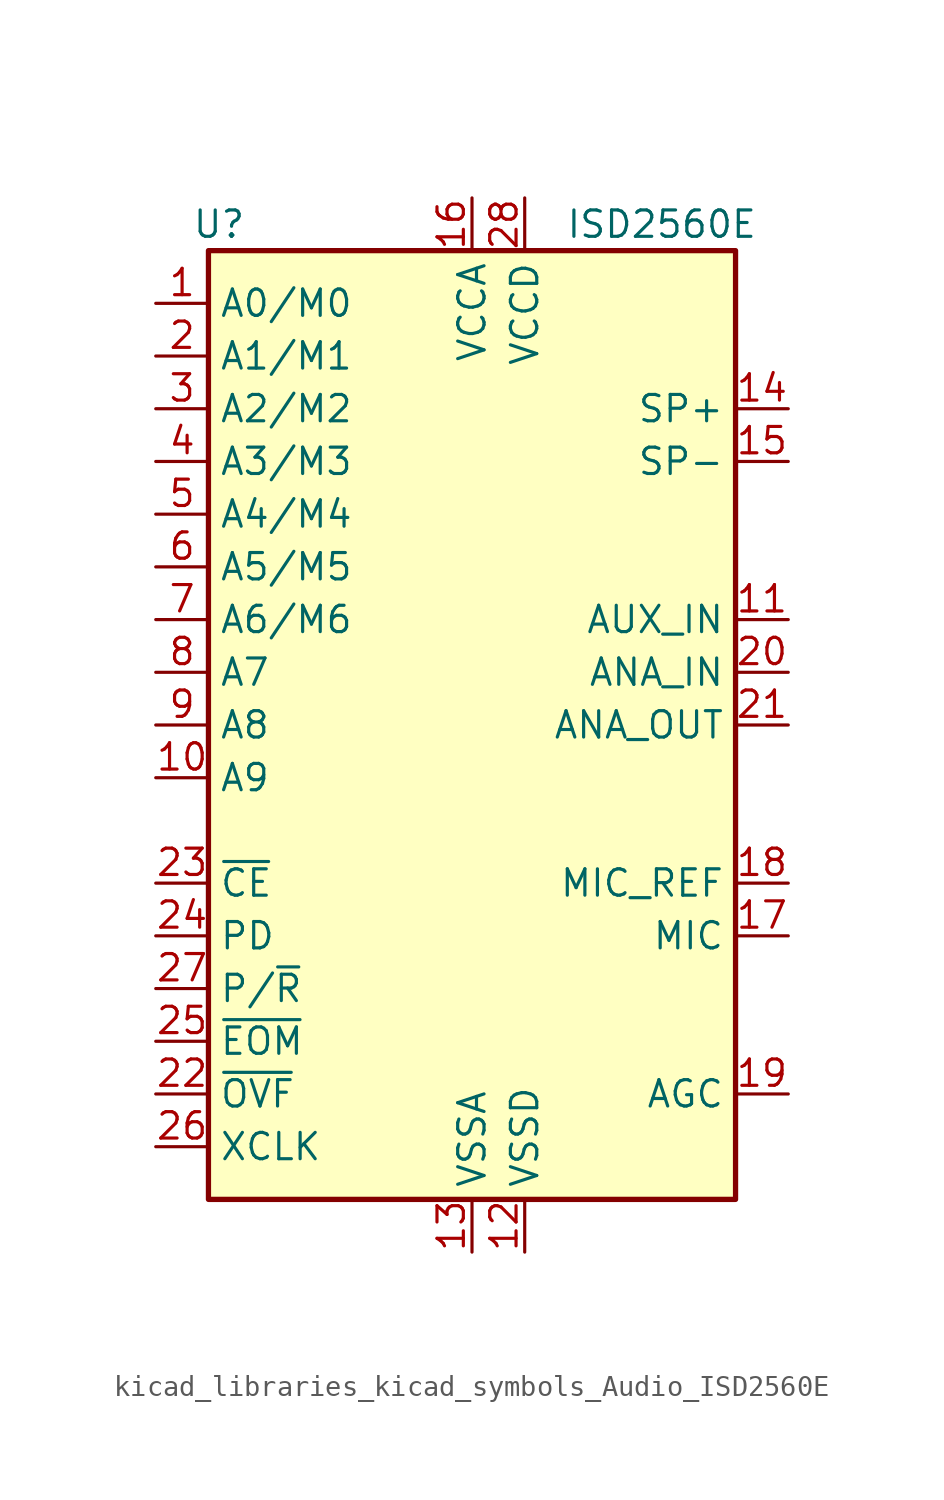
<source format=kicad_sym>
(kicad_symbol_lib
  (version 20220914)
  (generator kicad_symbol_editor)
  (symbol "kicad_libraries_kicad_symbols_Audio_ISD2560E"
    (property "Reference" "U"
      (at -12.192 24.13 0)
      (effects (font (size 1.27 1.27))))
    (property "Value" "ISD2560E"
      (at 9.144 24.13 0)
      (effects (font (size 1.27 1.27))))
    (symbol "kicad_libraries_kicad_symbols_Audio_ISD2560E_0_1"
      (rectangle (start -12.7 22.86) (end 12.7 -22.86) (stroke (width 0.254) (type default)) (fill (type background))))
    (symbol "kicad_libraries_kicad_symbols_Audio_ISD2560E_1_1"
      (pin input line (at -15.24 20.32 0) (length 2.54) (name "A0/M0" (effects (font (size 1.27 1.27)))) (number "1" (effects (font (size 1.27 1.27)))))
      (pin input line (at -15.24 -2.54 0) (length 2.54) (name "A9" (effects (font (size 1.27 1.27)))) (number "10" (effects (font (size 1.27 1.27)))))
      (pin input line (at 15.24 5.08 180) (length 2.54) (name "AUX_IN" (effects (font (size 1.27 1.27)))) (number "11" (effects (font (size 1.27 1.27)))))
      (pin power_in line (at 2.54 -25.4 90) (length 2.54) (name "VSSD" (effects (font (size 1.27 1.27)))) (number "12" (effects (font (size 1.27 1.27)))))
      (pin power_in line (at 0 -25.4 90) (length 2.54) (name "VSSA" (effects (font (size 1.27 1.27)))) (number "13" (effects (font (size 1.27 1.27)))))
      (pin output line (at 15.24 15.24 180) (length 2.54) (name "SP+" (effects (font (size 1.27 1.27)))) (number "14" (effects (font (size 1.27 1.27)))))
      (pin output line (at 15.24 12.7 180) (length 2.54) (name "SP-" (effects (font (size 1.27 1.27)))) (number "15" (effects (font (size 1.27 1.27)))))
      (pin power_in line (at 0 25.4 270) (length 2.54) (name "VCCA" (effects (font (size 1.27 1.27)))) (number "16" (effects (font (size 1.27 1.27)))))
      (pin input line (at 15.24 -10.16 180) (length 2.54) (name "MIC" (effects (font (size 1.27 1.27)))) (number "17" (effects (font (size 1.27 1.27)))))
      (pin passive line (at 15.24 -7.62 180) (length 2.54) (name "MIC_REF" (effects (font (size 1.27 1.27)))) (number "18" (effects (font (size 1.27 1.27)))))
      (pin passive line (at 15.24 -17.78 180) (length 2.54) (name "AGC" (effects (font (size 1.27 1.27)))) (number "19" (effects (font (size 1.27 1.27)))))
      (pin input line (at -15.24 17.78 0) (length 2.54) (name "A1/M1" (effects (font (size 1.27 1.27)))) (number "2" (effects (font (size 1.27 1.27)))))
      (pin input line (at 15.24 2.54 180) (length 2.54) (name "ANA_IN" (effects (font (size 1.27 1.27)))) (number "20" (effects (font (size 1.27 1.27)))))
      (pin output line (at 15.24 0 180) (length 2.54) (name "ANA_OUT" (effects (font (size 1.27 1.27)))) (number "21" (effects (font (size 1.27 1.27)))))
      (pin output line (at -15.24 -17.78 0) (length 2.54) (name "~{OVF}" (effects (font (size 1.27 1.27)))) (number "22" (effects (font (size 1.27 1.27)))))
      (pin input line (at -15.24 -7.62 0) (length 2.54) (name "~{CE}" (effects (font (size 1.27 1.27)))) (number "23" (effects (font (size 1.27 1.27)))))
      (pin input line (at -15.24 -10.16 0) (length 2.54) (name "PD" (effects (font (size 1.27 1.27)))) (number "24" (effects (font (size 1.27 1.27)))))
      (pin output line (at -15.24 -15.24 0) (length 2.54) (name "~{EOM}" (effects (font (size 1.27 1.27)))) (number "25" (effects (font (size 1.27 1.27)))))
      (pin input line (at -15.24 -20.32 0) (length 2.54) (name "XCLK" (effects (font (size 1.27 1.27)))) (number "26" (effects (font (size 1.27 1.27)))))
      (pin input line (at -15.24 -12.7 0) (length 2.54) (name "P/~{R}" (effects (font (size 1.27 1.27)))) (number "27" (effects (font (size 1.27 1.27)))))
      (pin power_in line (at 2.54 25.4 270) (length 2.54) (name "VCCD" (effects (font (size 1.27 1.27)))) (number "28" (effects (font (size 1.27 1.27)))))
      (pin input line (at -15.24 15.24 0) (length 2.54) (name "A2/M2" (effects (font (size 1.27 1.27)))) (number "3" (effects (font (size 1.27 1.27)))))
      (pin input line (at -15.24 12.7 0) (length 2.54) (name "A3/M3" (effects (font (size 1.27 1.27)))) (number "4" (effects (font (size 1.27 1.27)))))
      (pin input line (at -15.24 10.16 0) (length 2.54) (name "A4/M4" (effects (font (size 1.27 1.27)))) (number "5" (effects (font (size 1.27 1.27)))))
      (pin input line (at -15.24 7.62 0) (length 2.54) (name "A5/M5" (effects (font (size 1.27 1.27)))) (number "6" (effects (font (size 1.27 1.27)))))
      (pin input line (at -15.24 5.08 0) (length 2.54) (name "A6/M6" (effects (font (size 1.27 1.27)))) (number "7" (effects (font (size 1.27 1.27)))))
      (pin input line (at -15.24 2.54 0) (length 2.54) (name "A7" (effects (font (size 1.27 1.27)))) (number "8" (effects (font (size 1.27 1.27)))))
      (pin input line (at -15.24 0 0) (length 2.54) (name "A8" (effects (font (size 1.27 1.27)))) (number "9" (effects (font (size 1.27 1.27))))))))
</source>
